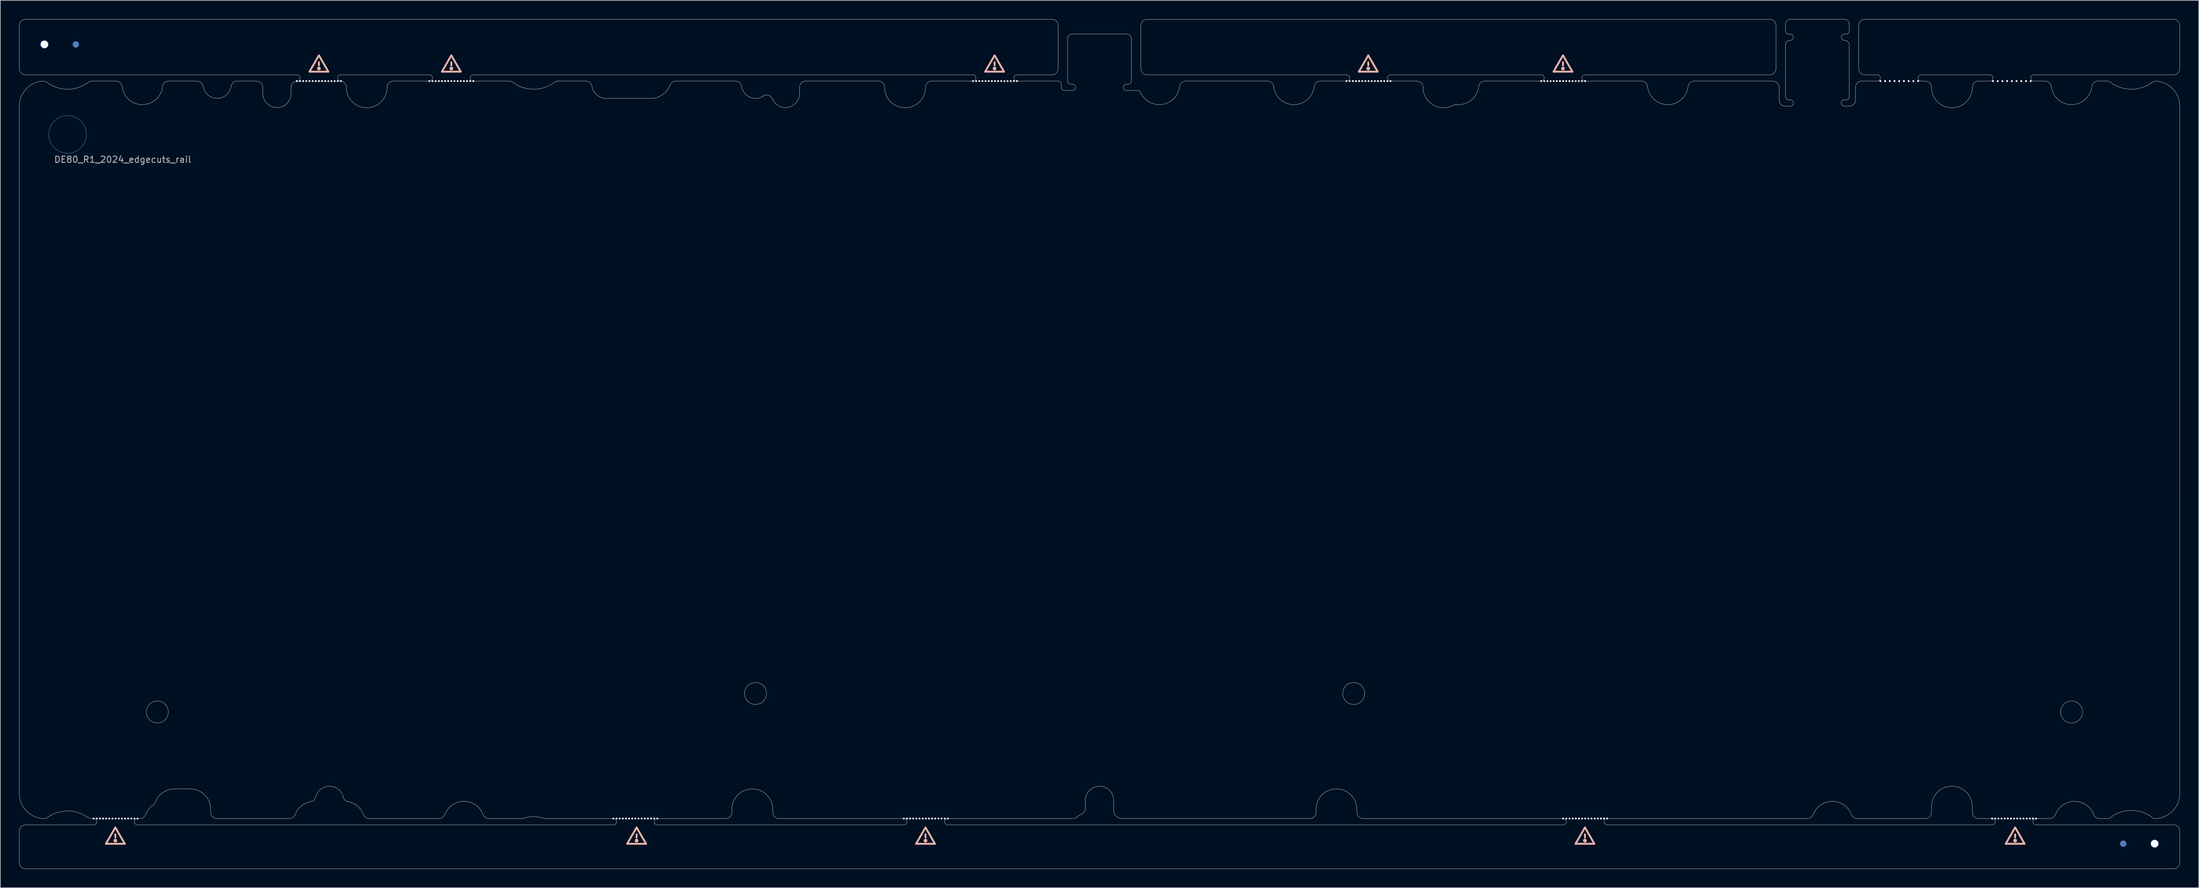
<source format=kicad_pcb>
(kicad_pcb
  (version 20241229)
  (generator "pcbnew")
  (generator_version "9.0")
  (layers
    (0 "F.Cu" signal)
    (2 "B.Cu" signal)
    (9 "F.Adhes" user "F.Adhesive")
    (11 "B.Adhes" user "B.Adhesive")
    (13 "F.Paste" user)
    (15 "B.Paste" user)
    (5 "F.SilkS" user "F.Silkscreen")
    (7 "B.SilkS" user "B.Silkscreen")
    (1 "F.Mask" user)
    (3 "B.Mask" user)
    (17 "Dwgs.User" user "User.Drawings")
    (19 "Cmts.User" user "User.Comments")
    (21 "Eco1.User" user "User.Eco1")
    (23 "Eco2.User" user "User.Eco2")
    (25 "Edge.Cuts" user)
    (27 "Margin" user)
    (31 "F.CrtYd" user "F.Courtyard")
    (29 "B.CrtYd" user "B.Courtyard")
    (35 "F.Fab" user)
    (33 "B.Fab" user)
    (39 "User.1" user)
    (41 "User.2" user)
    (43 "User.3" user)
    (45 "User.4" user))
  (footprint "DE80_R1_2024_edgecuts_rail"
    (layer "F.Cu")
    (at 7.712 18.365)
    (property "Reference" "DE80_R1_2024_edgecuts_rail" (at 8.787 3.997 0) (unlocked yes) (layer "F.Fab") (effects (font (size 1 1) (thickness 0.15))))
    (fp_line (start 7.603 110.405) (end 6.103 113.003) (stroke (width 0.3) (type default)) (layer "B.SilkS"))
    (fp_line (start 7.603 110.405) (end 9.103 113.003) (stroke (width 0.3) (type default)) (layer "B.SilkS"))
    (fp_line (start 7.603 111.503) (end 7.603 112.003) (stroke (width 0.3) (type default)) (layer "B.SilkS"))
    (fp_line (start 9.103 113.003) (end 6.103 113.003) (stroke (width 0.3) (type default)) (layer "B.SilkS"))
    (fp_line (start 40.017 -12.596) (end 38.517 -9.998) (stroke (width 0.3) (type default)) (layer "B.SilkS"))
    (fp_line (start 40.017 -12.596) (end 41.517 -9.998) (stroke (width 0.3) (type default)) (layer "B.SilkS"))
    (fp_line (start 40.017 -11.498) (end 40.017 -10.998) (stroke (width 0.3) (type default)) (layer "B.SilkS"))
    (fp_line (start 41.517 -9.998) (end 38.517 -9.998) (stroke (width 0.3) (type default)) (layer "B.SilkS"))
    (fp_line (start 61.103 -12.595) (end 59.603 -9.997) (stroke (width 0.3) (type default)) (layer "B.SilkS"))
    (fp_line (start 61.103 -12.595) (end 62.603 -9.997) (stroke (width 0.3) (type default)) (layer "B.SilkS"))
    (fp_line (start 61.103 -11.497) (end 61.103 -10.997) (stroke (width 0.3) (type default)) (layer "B.SilkS"))
    (fp_line (start 62.603 -9.997) (end 59.603 -9.997) (stroke (width 0.3) (type default)) (layer "B.SilkS"))
    (fp_line (start 90.603 110.405) (end 89.103 113.003) (stroke (width 0.3) (type default)) (layer "B.SilkS"))
    (fp_line (start 90.603 110.405) (end 92.103 113.003) (stroke (width 0.3) (type default)) (layer "B.SilkS"))
    (fp_line (start 90.603 111.503) (end 90.603 112.003) (stroke (width 0.3) (type default)) (layer "B.SilkS"))
    (fp_line (start 92.103 113.003) (end 89.103 113.003) (stroke (width 0.3) (type default)) (layer "B.SilkS"))
    (fp_line (start 136.603 110.405) (end 135.103 113.003) (stroke (width 0.3) (type default)) (layer "B.SilkS"))
    (fp_line (start 136.603 110.405) (end 138.103 113.003) (stroke (width 0.3) (type default)) (layer "B.SilkS"))
    (fp_line (start 136.603 111.503) (end 136.603 112.003) (stroke (width 0.3) (type default)) (layer "B.SilkS"))
    (fp_line (start 138.103 113.003) (end 135.103 113.003) (stroke (width 0.3) (type default)) (layer "B.SilkS"))
    (fp_line (start 147.603 -12.595) (end 146.103 -9.997) (stroke (width 0.3) (type default)) (layer "B.SilkS"))
    (fp_line (start 147.603 -12.595) (end 149.103 -9.997) (stroke (width 0.3) (type default)) (layer "B.SilkS"))
    (fp_line (start 147.603 -11.497) (end 147.603 -10.997) (stroke (width 0.3) (type default)) (layer "B.SilkS"))
    (fp_line (start 149.103 -9.997) (end 146.103 -9.997) (stroke (width 0.3) (type default)) (layer "B.SilkS"))
    (fp_line (start 207.103 -12.595) (end 205.603 -9.997) (stroke (width 0.3) (type default)) (layer "B.SilkS"))
    (fp_line (start 207.103 -12.595) (end 208.603 -9.997) (stroke (width 0.3) (type default)) (layer "B.SilkS"))
    (fp_line (start 207.103 -11.497) (end 207.103 -10.997) (stroke (width 0.3) (type default)) (layer "B.SilkS"))
    (fp_line (start 208.603 -9.997) (end 205.603 -9.997) (stroke (width 0.3) (type default)) (layer "B.SilkS"))
    (fp_line (start 238.103 -12.595) (end 236.603 -9.997) (stroke (width 0.3) (type default)) (layer "B.SilkS"))
    (fp_line (start 238.103 -12.595) (end 239.603 -9.997) (stroke (width 0.3) (type default)) (layer "B.SilkS"))
    (fp_line (start 238.103 -11.497) (end 238.103 -10.997) (stroke (width 0.3) (type default)) (layer "B.SilkS"))
    (fp_line (start 239.603 -9.997) (end 236.603 -9.997) (stroke (width 0.3) (type default)) (layer "B.SilkS"))
    (fp_line (start 241.603 110.405) (end 240.103 113.003) (stroke (width 0.3) (type default)) (layer "B.SilkS"))
    (fp_line (start 241.603 110.405) (end 243.103 113.003) (stroke (width 0.3) (type default)) (layer "B.SilkS"))
    (fp_line (start 241.603 111.503) (end 241.603 112.003) (stroke (width 0.3) (type default)) (layer "B.SilkS"))
    (fp_line (start 243.103 113.003) (end 240.103 113.003) (stroke (width 0.3) (type default)) (layer "B.SilkS"))
    (fp_line (start 310.103 110.405) (end 308.603 113.003) (stroke (width 0.3) (type default)) (layer "B.SilkS"))
    (fp_line (start 310.103 110.405) (end 311.603 113.003) (stroke (width 0.3) (type default)) (layer "B.SilkS"))
    (fp_line (start 310.103 111.503) (end 310.103 112.003) (stroke (width 0.3) (type default)) (layer "B.SilkS"))
    (fp_line (start 311.603 113.003) (end 308.603 113.003) (stroke (width 0.3) (type default)) (layer "B.SilkS"))
    (fp_circle (center 7.603 112.503) (end 7.603 112.503) (stroke (width 0.3) (type default)) (fill no) (layer "B.SilkS"))
    (fp_circle (center 40.017 -10.498) (end 40.017 -10.498) (stroke (width 0.3) (type default)) (fill no) (layer "B.SilkS"))
    (fp_circle (center 61.103 -10.497) (end 61.103 -10.497) (stroke (width 0.3) (type default)) (fill no) (layer "B.SilkS"))
    (fp_circle (center 90.603 112.503) (end 90.603 112.503) (stroke (width 0.3) (type default)) (fill no) (layer "B.SilkS"))
    (fp_circle (center 136.603 112.503) (end 136.603 112.503) (stroke (width 0.3) (type default)) (fill no) (layer "B.SilkS"))
    (fp_circle (center 147.603 -10.497) (end 147.603 -10.497) (stroke (width 0.3) (type default)) (fill no) (layer "B.SilkS"))
    (fp_circle (center 207.103 -10.497) (end 207.103 -10.497) (stroke (width 0.3) (type default)) (fill no) (layer "B.SilkS"))
    (fp_circle (center 238.103 -10.497) (end 238.103 -10.497) (stroke (width 0.3) (type default)) (fill no) (layer "B.SilkS"))
    (fp_circle (center 241.603 112.503) (end 241.603 112.503) (stroke (width 0.3) (type default)) (fill no) (layer "B.SilkS"))
    (fp_circle (center 310.103 112.503) (end 310.103 112.503) (stroke (width 0.3) (type default)) (fill no) (layer "B.SilkS"))
    (fp_circle (center 0 0) (end 3 0) (stroke (width 0.05) (type solid)) (fill no) (layer "Cmts.User"))
    (fp_line (start -7.687 -10.497) (end -7.687 -17.34) (stroke (width 0.05) (type solid)) (layer "Edge.Cuts"))
    (fp_line (start -7.687 -4.408) (end -7.687 104.987) (stroke (width 0.05) (type solid)) (layer "Edge.Cuts"))
    (fp_line (start -7.687 110.987) (end -7.687 115.987) (stroke (width 0.05) (type solid)) (layer "Edge.Cuts"))
    (fp_line (start -6.687 -9.497) (end 36.517 -9.498) (stroke (width 0.05) (type solid)) (layer "Edge.Cuts"))
    (fp_line (start -6.687 116.987) (end 335.313 116.987) (stroke (width 0.05) (type solid)) (layer "Edge.Cuts"))
    (fp_line (start 3.774 108.987) (end 4.138 108.987) (stroke (width 0.05) (type solid)) (layer "Edge.Cuts"))
    (fp_line (start 4.138 109.987) (end -6.687 109.987) (stroke (width 0.05) (type solid)) (layer "Edge.Cuts"))
    (fp_line (start 7.709 -8.497) (end 3.896 -8.497) (stroke (width 0.05) (type solid)) (layer "Edge.Cuts"))
    (fp_line (start 11.136 108.987) (end 11.502 108.987) (stroke (width 0.05) (type solid)) (layer "Edge.Cuts"))
    (fp_line (start 19.525 104.263) (end 17.025 104.263) (stroke (width 0.05) (type solid)) (layer "Edge.Cuts"))
    (fp_line (start 20.628 -8.497) (end 16.1 -8.497) (stroke (width 0.05) (type solid)) (layer "Edge.Cuts"))
    (fp_line (start 22.775 107.513) (end 22.775 107.987) (stroke (width 0.05) (type solid)) (layer "Edge.Cuts"))
    (fp_line (start 23.775 108.987) (end 35.314 108.987) (stroke (width 0.05) (type solid)) (layer "Edge.Cuts"))
    (fp_line (start 30.087 -8.497) (end 26.998 -8.497) (stroke (width 0.05) (type solid)) (layer "Edge.Cuts"))
    (fp_line (start 31.087 -6.53) (end 31.087 -7.497) (stroke (width 0.05) (type solid)) (layer "Edge.Cuts"))
    (fp_line (start 35.587 -6.53) (end 35.587 -7.5) (stroke (width 0.05) (type solid)) (layer "Edge.Cuts"))
    (fp_line (start 43.481 -9.497) (end 57.603 -9.497) (stroke (width 0.05) (type solid)) (layer "Edge.Cuts"))
    (fp_line (start 48.037 108.987) (end 59.127 108.987) (stroke (width 0.05) (type solid)) (layer "Edge.Cuts"))
    (fp_line (start 57.603 -8.497) (end 51.875 -8.497) (stroke (width 0.05) (type solid)) (layer "Edge.Cuts"))
    (fp_line (start 64.567 -8.498) (end 70.311 -8.497) (stroke (width 0.05) (type solid)) (layer "Edge.Cuts"))
    (fp_line (start 64.603 -9.497) (end 144.131 -9.497) (stroke (width 0.05) (type solid)) (layer "Edge.Cuts"))
    (fp_line (start 67.079 108.986) (end 72.377 108.986) (stroke (width 0.05) (type solid)) (layer "Edge.Cuts"))
    (fp_line (start 76.039 108.987) (end 86.905 108.987) (stroke (width 0.05) (type solid)) (layer "Edge.Cuts"))
    (fp_line (start 82.539 -8.497) (end 78.102 -8.497) (stroke (width 0.05) (type solid)) (layer "Edge.Cuts"))
    (fp_line (start 86.905 109.987) (end 11.138 109.987) (stroke (width 0.05) (type solid)) (layer "Edge.Cuts"))
    (fp_line (start 92.877 -5.747) (end 85.725 -5.747) (stroke (width 0.05) (type solid)) (layer "Edge.Cuts"))
    (fp_line (start 93.905 108.987) (end 104.775 108.987) (stroke (width 0.05) (type solid)) (layer "Edge.Cuts"))
    (fp_line (start 105.775 107.513) (end 105.775 107.987) (stroke (width 0.05) (type solid)) (layer "Edge.Cuts"))
    (fp_line (start 106.357 -8.497) (end 96.828 -8.497) (stroke (width 0.05) (type solid)) (layer "Edge.Cuts"))
    (fp_line (start 112.275 107.513) (end 112.275 107.987) (stroke (width 0.05) (type solid)) (layer "Edge.Cuts"))
    (fp_line (start 116.55 -6.53) (end 116.55 -7.497) (stroke (width 0.05) (type solid)) (layer "Edge.Cuts"))
    (fp_line (start 129.1 -8.497) (end 117.55 -8.497) (stroke (width 0.05) (type solid)) (layer "Edge.Cuts"))
    (fp_line (start 133.151 108.987) (end 113.275 108.987) (stroke (width 0.05) (type solid)) (layer "Edge.Cuts"))
    (fp_line (start 133.151 109.987) (end 93.905 109.987) (stroke (width 0.05) (type solid)) (layer "Edge.Cuts"))
    (fp_line (start 137.6 -8.497) (end 144.167 -8.498) (stroke (width 0.05) (type solid)) (layer "Edge.Cuts"))
    (fp_line (start 151.167 -9.498) (end 156.726 -9.497) (stroke (width 0.05) (type solid)) (layer "Edge.Cuts"))
    (fp_line (start 151.167 -8.498) (end 157.726 -8.497) (stroke (width 0.05) (type solid)) (layer "Edge.Cuts"))
    (fp_line (start 156.726 -18.34) (end -6.687 -18.34) (stroke (width 0.05) (type solid)) (layer "Edge.Cuts"))
    (fp_line (start 157.726 -17.34) (end 157.726 -10.497) (stroke (width 0.05) (type solid)) (layer "Edge.Cuts"))
    (fp_line (start 158.226 -7.997) (end 158.226 -7.5) (stroke (width 0.05) (type solid)) (layer "Edge.Cuts"))
    (fp_line (start 159.226 -15.234) (end 159.226 -8.5) (stroke (width 0.05) (type solid)) (layer "Edge.Cuts"))
    (fp_line (start 159.726 -8) (end 160.007 -8) (stroke (width 0.05) (type solid)) (layer "Edge.Cuts"))
    (fp_line (start 160.007 -7) (end 158.726 -7) (stroke (width 0.05) (type solid)) (layer "Edge.Cuts"))
    (fp_line (start 160.023 108.987) (end 140.151 108.987) (stroke (width 0.05) (type solid)) (layer "Edge.Cuts"))
    (fp_line (start 162.057 106.085) (end 162.057 107.354) (stroke (width 0.05) (type solid)) (layer "Edge.Cuts"))
    (fp_line (start 166.557 106.085) (end 166.557 107.804) (stroke (width 0.05) (type solid)) (layer "Edge.Cuts"))
    (fp_line (start 167.81 108.983) (end 197.788 108.982) (stroke (width 0.05) (type solid)) (layer "Edge.Cuts"))
    (fp_line (start 168.607 -8) (end 168.886 -8) (stroke (width 0.05) (type solid)) (layer "Edge.Cuts"))
    (fp_line (start 168.626 -15.994) (end 159.986 -15.994) (stroke (width 0.05) (type solid)) (layer "Edge.Cuts"))
    (fp_line (start 169.386 -15.234) (end 169.386 -8.5) (stroke (width 0.05) (type solid)) (layer "Edge.Cuts"))
    (fp_line (start 170.395 -7) (end 168.606 -7) (stroke (width 0.05) (type solid)) (layer "Edge.Cuts"))
    (fp_line (start 170.886 -10.497) (end 170.886 -17.329) (stroke (width 0.05) (type solid)) (layer "Edge.Cuts"))
    (fp_line (start 191.069 -8.497) (end 178.054 -8.497) (stroke (width 0.05) (type solid)) (layer "Edge.Cuts"))
    (fp_line (start 198.787 107.982) (end 198.787 107.513) (stroke (width 0.05) (type solid)) (layer "Edge.Cuts"))
    (fp_line (start 203.642 -9.497) (end 171.886 -9.497) (stroke (width 0.05) (type solid)) (layer "Edge.Cuts"))
    (fp_line (start 203.642 -8.497) (end 199.458 -8.497) (stroke (width 0.05) (type solid)) (layer "Edge.Cuts"))
    (fp_line (start 205.287 107.987) (end 205.287 107.513) (stroke (width 0.05) (type solid)) (layer "Edge.Cuts"))
    (fp_line (start 214.825 -8.497) (end 210.642 -8.497) (stroke (width 0.05) (type solid)) (layer "Edge.Cuts"))
    (fp_line (start 221.459 -4.747) (end 221.069 -4.747) (stroke (width 0.05) (type solid)) (layer "Edge.Cuts"))
    (fp_line (start 234.627 -9.497) (end 210.642 -9.497) (stroke (width 0.05) (type solid)) (layer "Edge.Cuts"))
    (fp_line (start 234.627 -8.497) (end 225.653 -8.497) (stroke (width 0.05) (type solid)) (layer "Edge.Cuts"))
    (fp_line (start 238.149 108.987) (end 206.287 108.987) (stroke (width 0.05) (type solid)) (layer "Edge.Cuts"))
    (fp_line (start 238.149 109.987) (end 140.151 109.987) (stroke (width 0.05) (type solid)) (layer "Edge.Cuts"))
    (fp_line (start 245.149 108.987) (end 277.011 108.987) (stroke (width 0.05) (type solid)) (layer "Edge.Cuts"))
    (fp_line (start 250.601 -8.497) (end 241.627 -8.497) (stroke (width 0.05) (type solid)) (layer "Edge.Cuts"))
    (fp_line (start 271.027 -18.329) (end 171.886 -18.329) (stroke (width 0.05) (type solid)) (layer "Edge.Cuts"))
    (fp_line (start 271.027 -9.497) (end 241.627 -9.497) (stroke (width 0.05) (type solid)) (layer "Edge.Cuts"))
    (fp_line (start 271.527 -8.497) (end 258.99 -8.497) (stroke (width 0.05) (type solid)) (layer "Edge.Cuts"))
    (fp_line (start 272.027 -10.497) (end 272.027 -17.329) (stroke (width 0.05) (type solid)) (layer "Edge.Cuts"))
    (fp_line (start 272.526 -5.5) (end 272.527 -7.497) (stroke (width 0.05) (type solid)) (layer "Edge.Cuts"))
    (fp_line (start 273.526 -17.58) (end 273.527 -16.486) (stroke (width 0.05) (type default)) (layer "Edge.Cuts"))
    (fp_line (start 273.526 -14.226) (end 273.527 -6) (stroke (width 0.05) (type solid)) (layer "Edge.Cuts"))
    (fp_line (start 274.026 -15.986) (end 274.286 -15.986) (stroke (width 0.05) (type default)) (layer "Edge.Cuts"))
    (fp_line (start 274.026 -5.5) (end 274.307 -5.5) (stroke (width 0.05) (type solid)) (layer "Edge.Cuts"))
    (fp_line (start 274.307 -4.5) (end 273.526 -4.5) (stroke (width 0.05) (type solid)) (layer "Edge.Cuts"))
    (fp_line (start 282.907 -5.5) (end 283.186 -5.5) (stroke (width 0.05) (type default)) (layer "Edge.Cuts"))
    (fp_line (start 282.926 -18.34) (end 274.286 -18.34) (stroke (width 0.05) (type solid)) (layer "Edge.Cuts"))
    (fp_line (start 282.926 -15.986) (end 283.186 -15.986) (stroke (width 0.05) (type default)) (layer "Edge.Cuts"))
    (fp_line (start 283.686 -6) (end 283.687 -14.226) (stroke (width 0.05) (type solid)) (layer "Edge.Cuts"))
    (fp_line (start 283.686 -4.5) (end 282.907 -4.5) (stroke (width 0.05) (type solid)) (layer "Edge.Cuts"))
    (fp_line (start 283.687 -17.58) (end 283.686 -16.486) (stroke (width 0.05) (type solid)) (layer "Edge.Cuts"))
    (fp_line (start 284.686 -7.497) (end 284.686 -5.5) (stroke (width 0.05) (type solid)) (layer "Edge.Cuts"))
    (fp_line (start 284.964 108.987) (end 295.787 108.987) (stroke (width 0.05) (type solid)) (layer "Edge.Cuts"))
    (fp_line (start 285.187 -10.497) (end 285.187 -17.34) (stroke (width 0.05) (type solid)) (layer "Edge.Cuts"))
    (fp_line (start 286.187 -18.34) (end 335.314 -18.34) (stroke (width 0.05) (type solid)) (layer "Edge.Cuts"))
    (fp_line (start 286.187 -9.497) (end 288.144 -9.497) (stroke (width 0.05) (type solid)) (layer "Edge.Cuts"))
    (fp_line (start 288.144 -8.497) (end 285.686 -8.497) (stroke (width 0.05) (type solid)) (layer "Edge.Cuts"))
    (fp_line (start 295.143 -8.497) (end 295.788 -8.497) (stroke (width 0.05) (type solid)) (layer "Edge.Cuts"))
    (fp_line (start 295.144 -9.497) (end 306.079 -9.497) (stroke (width 0.05) (type solid)) (layer "Edge.Cuts"))
    (fp_line (start 296.788 107.987) (end 296.788 107.085) (stroke (width 0.05) (type solid)) (layer "Edge.Cuts"))
    (fp_line (start 303.288 107.085) (end 303.288 107.987) (stroke (width 0.05) (type solid)) (layer "Edge.Cuts"))
    (fp_line (start 306.079 -8.497) (end 304.287 -8.497) (stroke (width 0.05) (type solid)) (layer "Edge.Cuts"))
    (fp_line (start 306.437 108.987) (end 304.288 108.987) (stroke (width 0.05) (type solid)) (layer "Edge.Cuts"))
    (fp_line (start 306.437 109.987) (end 245.149 109.987) (stroke (width 0.05) (type solid)) (layer "Edge.Cuts"))
    (fp_line (start 313.076 -9.497) (end 335.314 -9.497) (stroke (width 0.05) (type solid)) (layer "Edge.Cuts"))
    (fp_line (start 314.867 -8.497) (end 313.076 -8.497) (stroke (width 0.05) (type solid)) (layer "Edge.Cuts"))
    (fp_line (start 315.586 108.987) (end 313.437 108.987) (stroke (width 0.05) (type solid)) (layer "Edge.Cuts"))
    (fp_line (start 323.539 108.987) (end 325.065 108.987) (stroke (width 0.05) (type solid)) (layer "Edge.Cuts"))
    (fp_line (start 324.716 -8.497) (end 323.291 -8.497) (stroke (width 0.05) (type solid)) (layer "Edge.Cuts"))
    (fp_line (start 332.16 108.987) (end 332.313 108.987) (stroke (width 0.05) (type solid)) (layer "Edge.Cuts"))
    (fp_line (start 335.313 109.987) (end 313.437 109.987) (stroke (width 0.05) (type solid)) (layer "Edge.Cuts"))
    (fp_line (start 336.313 104.987) (end 336.314 -4.497) (stroke (width 0.05) (type solid)) (layer "Edge.Cuts"))
    (fp_line (start 336.313 110.987) (end 336.313 115.987) (stroke (width 0.05) (type solid)) (layer "Edge.Cuts"))
    (fp_line (start 336.314 -10.497) (end 336.314 -17.34) (stroke (width 0.05) (type solid)) (layer "Edge.Cuts"))
    (fp_arc (start -7.687475 -17.34014) (mid -7.394579 -18.047217) (end -6.687475 -18.34014) (stroke (width 0.05) (type solid)) (layer "Edge.Cuts"))
    (fp_arc (start -7.686515 -4.407988) (mid -6.638396 -7.196535) (end -3.953866 -8.488001) (stroke (width 0.05) (type solid)) (layer "Edge.Cuts"))
    (fp_arc (start -7.686515 110.987025) (mid -7.393609 110.279957) (end -6.686515 109.987025) (stroke (width 0.05) (type solid)) (layer "Edge.Cuts"))
    (fp_arc (start -6.687475 -9.496648) (mid -7.394582 -9.789541) (end -7.687475 -10.496648) (stroke (width 0.05) (type solid)) (layer "Edge.Cuts"))
    (fp_arc (start -6.686515 116.987025) (mid -7.393622 116.694122) (end -7.686515 115.987025) (stroke (width 0.05) (type solid)) (layer "Edge.Cuts"))
    (fp_arc (start -3.953866 -8.488001) (mid -3.60386 -8.449335) (end -3.288962 -8.291743) (stroke (width 0.05) (type solid)) (layer "Edge.Cuts"))
    (fp_arc (start -3.801055 108.985379) (mid -6.555236 107.774726) (end -7.686515 104.987012) (stroke (width 0.05) (type solid)) (layer "Edge.Cuts"))
    (fp_arc (start -3.192103 108.800132) (mid -3.481445 108.942505) (end -3.801055 108.985379) (stroke (width 0.05) (type solid)) (layer "Edge.Cuts"))
    (fp_arc (start -3.192103 108.800132) (mid 0.000903 107.778997) (end 3.193566 108.801175) (stroke (width 0.05) (type solid)) (layer "Edge.Cuts"))
    (fp_arc (start 3.296215 -8.297164) (mid 0.004532 -7.200027) (end -3.288962 -8.291743) (stroke (width 0.05) (type solid)) (layer "Edge.Cuts"))
    (fp_arc (start 3.296215 -8.297164) (mid 3.579707 -8.445467) (end 3.895527 -8.496648) (stroke (width 0.05) (type solid)) (layer "Edge.Cuts"))
    (fp_arc (start 3.774214 108.98702) (mid 3.469381 108.939426) (end 3.193566 108.801175) (stroke (width 0.05) (type solid)) (layer "Edge.Cuts"))
    (fp_arc (start 4.137907 108.987025) (mid 4.637952 109.487052) (end 4.137907 109.987025) (stroke (width 0.05) (type solid)) (layer "Edge.Cuts"))
    (fp_arc (start 7.709054 -8.496648) (mid 8.358965 -8.236809) (end 8.679313 -7.614503) (stroke (width 0.05) (type solid)) (layer "Edge.Cuts"))
    (fp_arc (start 11.137907 109.987025) (mid 10.637953 109.486052) (end 11.139907 108.987029) (stroke (width 0.05) (type solid)) (layer "Edge.Cuts"))
    (fp_arc (start 12.437372 108.339641) (mid 12.070527 108.809365) (end 11.501601 108.987029) (stroke (width 0.05) (type solid)) (layer "Edge.Cuts"))
    (fp_arc (start 12.437372 108.339641) (mid 12.915567 107.487345) (end 13.625561 106.815791) (stroke (width 0.05) (type solid)) (layer "Edge.Cuts"))
    (fp_arc (start 13.98946 106.351466) (mid 13.842527 106.61107) (end 13.625561 106.815791) (stroke (width 0.05) (type solid)) (layer "Edge.Cuts"))
    (fp_arc (start 13.98946 106.351466) (mid 15.182571 104.835214) (end 17.025 104.2625) (stroke (width 0.05) (type solid)) (layer "Edge.Cuts"))
    (fp_arc (start 15.134229 -7.6146) (mid 11.906779 -4.746611) (end 8.679313 -7.614503) (stroke (width 0.05) (type solid)) (layer "Edge.Cuts"))
    (fp_arc (start 15.134229 -7.6146) (mid 15.4527 -8.235289) (end 16.099503 -8.496648) (stroke (width 0.05) (type solid)) (layer "Edge.Cuts"))
    (fp_arc (start 19.525 104.2625) (mid 21.823133 105.214392) (end 22.775 107.512504) (stroke (width 0.05) (type solid)) (layer "Edge.Cuts"))
    (fp_arc (start 20.62838 -8.496648) (mid 21.262626 -8.247968) (end 21.590415 -7.650742) (stroke (width 0.05) (type solid)) (layer "Edge.Cuts"))
    (fp_arc (start 23.774999 108.987043) (mid 23.067912 108.69414) (end 22.775 107.987043) (stroke (width 0.05) (type solid)) (layer "Edge.Cuts"))
    (fp_arc (start 26.036918 -7.650756) (mid 23.813638 -5.74661) (end 21.590415 -7.650742) (stroke (width 0.05) (type solid)) (layer "Edge.Cuts"))
    (fp_arc (start 26.036918 -7.650756) (mid 26.364424 -8.247737) (end 26.998199 -8.496648) (stroke (width 0.05) (type solid)) (layer "Edge.Cuts"))
    (fp_arc (start 30.0875 -8.496648) (mid 30.794623 -8.203764) (end 31.0875 -7.496648) (stroke (width 0.05) (type solid)) (layer "Edge.Cuts"))
    (fp_arc (start 35.5875 -7.500416) (mid 35.855801 -8.181986) (end 36.516667 -8.497904) (stroke (width 0.05) (type solid)) (layer "Edge.Cuts"))
    (fp_arc (start 35.5875 -6.53) (mid 33.3375 -4.28) (end 31.0875 -6.53) (stroke (width 0.05) (type solid)) (layer "Edge.Cuts"))
    (fp_arc (start 36.249864 108.339662) (mid 35.883022 108.809412) (end 35.314091 108.987056) (stroke (width 0.05) (type solid)) (layer "Edge.Cuts"))
    (fp_arc (start 36.249864 108.339662) (mid 37.213886 106.986208) (end 38.720972 106.2863) (stroke (width 0.05) (type solid)) (layer "Edge.Cuts"))
    (fp_arc (start 36.516667 -9.497904) (mid 37.016667 -8.997904) (end 36.516667 -8.497904) (stroke (width 0.05) (type default)) (layer "Edge.Cuts"))
    (fp_arc (start 39.516231 105.542631) (mid 39.228696 106.032199) (end 38.720972 106.2863) (stroke (width 0.05) (type solid)) (layer "Edge.Cuts"))
    (fp_arc (start 39.516231 105.542631) (mid 41.703399 103.834525) (end 43.885385 105.549195) (stroke (width 0.05) (type solid)) (layer "Edge.Cuts"))
    (fp_arc (start 43.445834 -8.497904) (mid 42.981541 -9.014367) (end 43.48125 -9.496648) (stroke (width 0.05) (type solid)) (layer "Edge.Cuts"))
    (fp_arc (start 43.445834 -8.497904) (mid 44.106759 -8.181989) (end 44.375 -7.500318) (stroke (width 0.05) (type solid)) (layer "Edge.Cuts"))
    (fp_arc (start 44.669304 106.293558) (mid 44.168114 106.036419) (end 43.885385 105.549195) (stroke (width 0.05) (type solid)) (layer "Edge.Cuts"))
    (fp_arc (start 44.669304 106.293558) (mid 46.152482 106.998985) (end 47.101207 108.339636) (stroke (width 0.05) (type solid)) (layer "Edge.Cuts"))
    (fp_arc (start 48.037005 108.987012) (mid 47.468044 108.809397) (end 47.101207 108.339636) (stroke (width 0.05) (type solid)) (layer "Edge.Cuts"))
    (fp_arc (start 50.874999 -7.497437) (mid 47.623554 -4.249993) (end 44.375 -7.500318) (stroke (width 0.05) (type solid)) (layer "Edge.Cuts"))
    (fp_arc (start 50.874999 -7.497437) (mid 51.16814 -8.204072) (end 51.874998 -8.496648) (stroke (width 0.05) (type solid)) (layer "Edge.Cuts"))
    (fp_arc (start 57.602534 -9.496648) (mid 58.102525 -8.996648) (end 57.602534 -8.496648) (stroke (width 0.05) (type solid)) (layer "Edge.Cuts"))
    (fp_arc (start 60.062481 108.339351) (mid 59.695663 108.809054) (end 59.126778 108.98665) (stroke (width 0.05) (type solid)) (layer "Edge.Cuts"))
    (fp_arc (start 60.062481 108.339351) (mid 63.103017 106.235981) (end 66.14368 108.339153) (stroke (width 0.05) (type solid)) (layer "Edge.Cuts"))
    (fp_arc (start 64.567117 -8.497904) (mid 64.10284 -9.014368) (end 64.602534 -9.496648) (stroke (width 0.05) (type solid)) (layer "Edge.Cuts"))
    (fp_arc (start 67.079425 108.986391) (mid 66.51052 108.808824) (end 66.14368 108.339153) (stroke (width 0.05) (type solid)) (layer "Edge.Cuts"))
    (fp_arc (start 70.310733 -8.496648) (mid 70.626555 -8.445469) (end 70.910045 -8.297164) (stroke (width 0.05) (type solid)) (layer "Edge.Cuts"))
    (fp_arc (start 72.70365 108.931362) (mid 72.542626 108.972411) (end 72.377028 108.986218) (stroke (width 0.05) (type solid)) (layer "Edge.Cuts"))
    (fp_arc (start 72.70365 108.931362) (mid 74.20786 108.679048) (end 75.711897 108.93241) (stroke (width 0.05) (type solid)) (layer "Edge.Cuts"))
    (fp_arc (start 76.039242 108.987493) (mid 75.873268 108.973628) (end 75.711897 108.93241) (stroke (width 0.05) (type solid)) (layer "Edge.Cuts"))
    (fp_arc (start 77.502475 -8.297164) (mid 74.20626 -7.2) (end 70.910045 -8.297164) (stroke (width 0.05) (type solid)) (layer "Edge.Cuts"))
    (fp_arc (start 77.502475 -8.297164) (mid 77.785963 -8.445479) (end 78.101787 -8.496648) (stroke (width 0.05) (type solid)) (layer "Edge.Cuts"))
    (fp_arc (start 82.539455 -8.496648) (mid 83.173715 -8.247977) (end 83.50149 -7.650742) (stroke (width 0.05) (type solid)) (layer "Edge.Cuts"))
    (fp_arc (start 85.724735 -5.746688) (mid 84.261162 -6.287758) (end 83.50149 -7.650742) (stroke (width 0.05) (type solid)) (layer "Edge.Cuts"))
    (fp_arc (start 86.90513 108.987139) (mid 87.405016 109.487025) (end 86.90513 109.986911) (stroke (width 0.05) (type default)) (layer "Edge.Cuts"))
    (fp_arc (start 93.90513 109.987025) (mid 93.405152 109.487052) (end 93.90513 108.987025) (stroke (width 0.05) (type solid)) (layer "Edge.Cuts"))
    (fp_arc (start 95.91805 -7.849863) (mid 94.725947 -6.323906) (end 92.877485 -5.746924) (stroke (width 0.05) (type solid)) (layer "Edge.Cuts"))
    (fp_arc (start 95.91805 -7.849863) (mid 96.274227 -8.311944) (end 96.827646 -8.496648) (stroke (width 0.05) (type solid)) (layer "Edge.Cuts"))
    (fp_arc (start 105.775 107.512712) (mid 109.024919 104.262527) (end 112.275 107.5125) (stroke (width 0.05) (type solid)) (layer "Edge.Cuts"))
    (fp_arc (start 105.775015 107.986992) (mid 105.482142 108.694134) (end 104.775015 108.987025) (stroke (width 0.05) (type solid)) (layer "Edge.Cuts"))
    (fp_arc (start 106.357147 -8.496648) (mid 106.992281 -8.247215) (end 107.319535 -7.648452) (stroke (width 0.05) (type solid)) (layer "Edge.Cuts"))
    (fp_arc (start 110.761057 -6.105481) (mid 108.620193 -5.939939) (end 107.319535 -7.648452) (stroke (width 0.05) (type solid)) (layer "Edge.Cuts"))
    (fp_arc (start 110.761057 -6.105481) (mid 111.599048 -6.222645) (end 112.22693 -5.655425) (stroke (width 0.05) (type solid)) (layer "Edge.Cuts"))
    (fp_arc (start 113.275015 108.987025) (mid 112.567936 108.694138) (end 112.275015 107.987057) (stroke (width 0.05) (type solid)) (layer "Edge.Cuts"))
    (fp_arc (start 116.55 -7.496648) (mid 116.842862 -8.203793) (end 117.55 -8.496648) (stroke (width 0.05) (type solid)) (layer "Edge.Cuts"))
    (fp_arc (start 116.55 -6.53) (mid 114.746163 -4.324648) (end 112.22693 -5.655425) (stroke (width 0.05) (type solid)) (layer "Edge.Cuts"))
    (fp_arc (start 129.100001 -8.496648) (mid 129.806844 -8.204042) (end 130.100001 -7.497437) (stroke (width 0.05) (type solid)) (layer "Edge.Cuts"))
    (fp_arc (start 133.151401 108.987025) (mid 133.651452 109.487052) (end 133.151401 109.987025) (stroke (width 0.05) (type solid)) (layer "Edge.Cuts"))
    (fp_arc (start 136.599999 -7.497437) (mid 133.35 -4.25) (end 130.100001 -7.497437) (stroke (width 0.05) (type solid)) (layer "Edge.Cuts"))
    (fp_arc (start 136.599999 -7.497437) (mid 136.89314 -8.204072) (end 137.599998 -8.496648) (stroke (width 0.05) (type solid)) (layer "Edge.Cuts"))
    (fp_arc (start 140.151401 109.987025) (mid 139.651452 109.487052) (end 140.151401 108.987025) (stroke (width 0.05) (type solid)) (layer "Edge.Cuts"))
    (fp_arc (start 144.131367 -9.496648) (mid 144.631111 -9.014368) (end 144.166784 -8.497904) (stroke (width 0.05) (type solid)) (layer "Edge.Cuts"))
    (fp_arc (start 151.166784 -8.497904) (mid 150.666784 -8.997904) (end 151.166784 -9.497904) (stroke (width 0.05) (type default)) (layer "Edge.Cuts"))
    (fp_arc (start 156.726282 -18.34014) (mid 157.433341 -18.047202) (end 157.726282 -17.34014) (stroke (width 0.05) (type solid)) (layer "Edge.Cuts"))
    (fp_arc (start 157.726282 -10.496648) (mid 157.433403 -9.789528) (end 156.726282 -9.496648) (stroke (width 0.05) (type solid)) (layer "Edge.Cuts"))
    (fp_arc (start 157.726305 -8.496648) (mid 158.079871 -8.350208) (end 158.226305 -7.996648) (stroke (width 0.05) (type solid)) (layer "Edge.Cuts"))
    (fp_arc (start 158.726305 -7) (mid 158.372752 -7.146447) (end 158.226305 -7.5) (stroke (width 0.05) (type default)) (layer "Edge.Cuts"))
    (fp_arc (start 159.22625 -15.233925) (mid 159.449222 -15.770952) (end 159.98625 -15.993875) (stroke (width 0.05) (type solid)) (layer "Edge.Cuts"))
    (fp_arc (start 159.726314 -8) (mid 159.372753 -8.146446) (end 159.226314 -8.499995) (stroke (width 0.05) (type solid)) (layer "Edge.Cuts"))
    (fp_arc (start 160.006535 -8) (mid 160.506577 -7.500048) (end 160.006535 -7) (stroke (width 0.05) (type solid)) (layer "Edge.Cuts"))
    (fp_arc (start 160.622206 108.787486) (mid 160.338685 108.935832) (end 160.022822 108.987025) (stroke (width 0.05) (type solid)) (layer "Edge.Cuts"))
    (fp_arc (start 160.622206 108.787486) (mid 161.047285 108.499152) (end 161.497408 108.251728) (stroke (width 0.05) (type solid)) (layer "Edge.Cuts"))
    (fp_arc (start 162.057151 106.084534) (mid 164.307151 103.834534) (end 166.557151 106.084534) (stroke (width 0.05) (type solid)) (layer "Edge.Cuts"))
    (fp_arc (start 162.057151 107.353856) (mid 161.905756 107.882887) (end 161.497408 108.251728) (stroke (width 0.05) (type solid)) (layer "Edge.Cuts"))
    (fp_arc (start 166.997408 108.632361) (mid 166.674024 108.272879) (end 166.557151 107.803694) (stroke (width 0.05) (type solid)) (layer "Edge.Cuts"))
    (fp_arc (start 166.997408 108.632361) (mid 167.105109 108.706993) (end 167.211001 108.78417) (stroke (width 0.05) (type solid)) (layer "Edge.Cuts"))
    (fp_arc (start 167.809612 108.983106) (mid 167.494208 108.932073) (end 167.211001 108.78417) (stroke (width 0.05) (type solid)) (layer "Edge.Cuts"))
    (fp_arc (start 168.606525 -7) (mid 168.106477 -7.500048) (end 168.606525 -8) (stroke (width 0.05) (type solid)) (layer "Edge.Cuts"))
    (fp_arc (start 168.62625 -15.993925) (mid 169.163282 -15.770942) (end 169.3863 -15.233925) (stroke (width 0.05) (type solid)) (layer "Edge.Cuts"))
    (fp_arc (start 169.386259 -8.499957) (mid 169.239792 -8.14636) (end 168.886187 -7.99996) (stroke (width 0.05) (type solid)) (layer "Edge.Cuts"))
    (fp_arc (start 170.395204 -7) (mid 170.669269 -6.918201) (end 170.853655 -6.699556) (stroke (width 0.05) (type solid)) (layer "Edge.Cuts"))
    (fp_arc (start 170.88628 -17.328709) (mid 171.179205 -18.035786) (end 171.88628 -18.328709) (stroke (width 0.05) (type solid)) (layer "Edge.Cuts"))
    (fp_arc (start 171.88628 -9.496865) (mid 171.179171 -9.789761) (end 170.88628 -10.496865) (stroke (width 0.05) (type solid)) (layer "Edge.Cuts"))
    (fp_arc (start 177.061114 -7.614303) (mid 174.307449 -4.781315) (end 170.853655 -6.699556) (stroke (width 0.05) (type solid)) (layer "Edge.Cuts"))
    (fp_arc (start 177.061114 -7.614303) (mid 177.389935 -8.244238) (end 178.054169 -8.496648) (stroke (width 0.05) (type solid)) (layer "Edge.Cuts"))
    (fp_arc (start 191.069216 -8.496648) (mid 191.717334 -8.235543) (end 192.036289 -7.613859) (stroke (width 0.05) (type solid)) (layer "Edge.Cuts"))
    (fp_arc (start 198.491042 -7.613859) (mid 195.263666 -4.744003) (end 192.036289 -7.613859) (stroke (width 0.05) (type solid)) (layer "Edge.Cuts"))
    (fp_arc (start 198.491042 -7.613859) (mid 198.810008 -8.235536) (end 199.458115 -8.496648) (stroke (width 0.05) (type solid)) (layer "Edge.Cuts"))
    (fp_arc (start 198.7875 107.5125) (mid 202.0375 104.2625) (end 205.2875 107.5125) (stroke (width 0.05) (type solid)) (layer "Edge.Cuts"))
    (fp_arc (start 198.7875 107.982128) (mid 198.494625 108.68923) (end 197.787532 108.982128) (stroke (width 0.05) (type solid)) (layer "Edge.Cuts"))
    (fp_arc (start 203.641558 -9.496865) (mid 204.141642 -8.996748) (end 203.641558 -8.496648) (stroke (width 0.05) (type solid)) (layer "Edge.Cuts"))
    (fp_arc (start 206.2875 108.987022) (mid 205.580385 108.694124) (end 205.2875 107.987022) (stroke (width 0.05) (type solid)) (layer "Edge.Cuts"))
    (fp_arc (start 210.641558 -8.496648) (mid 210.141425 -8.996748) (end 210.641558 -9.496865) (stroke (width 0.05) (type solid)) (layer "Edge.Cuts"))
    (fp_arc (start 214.825001 -8.496648) (mid 215.531844 -8.204042) (end 215.825001 -7.497437) (stroke (width 0.05) (type solid)) (layer "Edge.Cuts"))
    (fp_arc (start 220.599591 -4.629787) (mid 217.401657 -4.713915) (end 215.825001 -7.497437) (stroke (width 0.05) (type solid)) (layer "Edge.Cuts"))
    (fp_arc (start 220.599591 -4.629787) (mid 220.826985 -4.716995) (end 221.068718 -4.746645) (stroke (width 0.05) (type solid)) (layer "Edge.Cuts"))
    (fp_arc (start 224.686445 -7.614563) (mid 223.617768 -5.567233) (end 221.458985 -4.746636) (stroke (width 0.05) (type solid)) (layer "Edge.Cuts"))
    (fp_arc (start 224.686445 -7.614563) (mid 225.005591 -8.235768) (end 225.653434 -8.496648) (stroke (width 0.05) (type solid)) (layer "Edge.Cuts"))
    (fp_arc (start 234.627115 -9.496865) (mid 235.127242 -8.996748) (end 234.627115 -8.496648) (stroke (width 0.05) (type solid)) (layer "Edge.Cuts"))
    (fp_arc (start 238.149175 108.987022) (mid 238.649255 109.487052) (end 238.149175 109.987025) (stroke (width 0.05) (type solid)) (layer "Edge.Cuts"))
    (fp_arc (start 241.627115 -8.496648) (mid 241.127025 -8.996748) (end 241.627115 -9.496865) (stroke (width 0.05) (type solid)) (layer "Edge.Cuts"))
    (fp_arc (start 245.149175 109.987025) (mid 244.649252 109.487052) (end 245.149175 108.987022) (stroke (width 0.05) (type solid)) (layer "Edge.Cuts"))
    (fp_arc (start 250.600797 -8.496648) (mid 251.248663 -8.23579) (end 251.567786 -7.614565) (stroke (width 0.05) (type solid)) (layer "Edge.Cuts"))
    (fp_arc (start 258.022685 -7.614565) (mid 254.795236 -4.746696) (end 251.567786 -7.614565) (stroke (width 0.05) (type solid)) (layer "Edge.Cuts"))
    (fp_arc (start 258.022685 -7.614565) (mid 258.341827 -8.23579) (end 258.989674 -8.496648) (stroke (width 0.05) (type solid)) (layer "Edge.Cuts"))
    (fp_arc (start 271.026505 -18.328709) (mid 271.733621 -18.03582) (end 272.026505 -17.328709) (stroke (width 0.05) (type solid)) (layer "Edge.Cuts"))
    (fp_arc (start 271.526485 -8.496988) (mid 272.233632 -8.204111) (end 272.526535 -7.496988) (stroke (width 0.05) (type solid)) (layer "Edge.Cuts"))
    (fp_arc (start 272.026505 -10.496865) (mid 271.73357 -9.789813) (end 271.026505 -9.496865) (stroke (width 0.05) (type solid)) (layer "Edge.Cuts"))
    (fp_arc (start 273.526473 -4.499978) (mid 272.819366 -4.792894) (end 272.526485 -5.500003) (stroke (width 0.05) (type solid)) (layer "Edge.Cuts"))
    (fp_arc (start 273.526485 -17.58019) (mid 273.749505 -18.117169) (end 274.286485 -18.34014) (stroke (width 0.05) (type solid)) (layer "Edge.Cuts"))
    (fp_arc (start 273.526485 -14.225988) (mid 273.749511 -14.762933) (end 274.286485 -14.985938) (stroke (width 0.05) (type solid)) (layer "Edge.Cuts"))
    (fp_arc (start 274.026485 -15.985938) (mid 273.672934 -16.132389) (end 273.526525 -16.485938) (stroke (width 0.05) (type solid)) (layer "Edge.Cuts"))
    (fp_arc (start 274.026485 -5.499978) (mid 273.672968 -5.646441) (end 273.526525 -5.999978) (stroke (width 0.05) (type solid)) (layer "Edge.Cuts"))
    (fp_arc (start 274.286485 -15.985938) (mid 274.786608 -15.48596) (end 274.286485 -14.985938) (stroke (width 0.05) (type solid)) (layer "Edge.Cuts"))
    (fp_arc (start 274.306755 -5.499978) (mid 274.806855 -4.999948) (end 274.306755 -4.499978) (stroke (width 0.05) (type solid)) (layer "Edge.Cuts"))
    (fp_arc (start 277.946544 108.339846) (mid 277.579701 108.809451) (end 277.010854 108.987022) (stroke (width 0.05) (type solid)) (layer "Edge.Cuts"))
    (fp_arc (start 277.946544 108.339846) (mid 280.987524 106.236552) (end 284.028524 108.339838) (stroke (width 0.05) (type solid)) (layer "Edge.Cuts"))
    (fp_arc (start 282.906745 -4.499978) (mid 282.406755 -4.999948) (end 282.906745 -5.499978) (stroke (width 0.05) (type solid)) (layer "Edge.Cuts"))
    (fp_arc (start 282.926485 -18.34019) (mid 283.463518 -18.117199) (end 283.686535 -17.58019) (stroke (width 0.05) (type solid)) (layer "Edge.Cuts"))
    (fp_arc (start 282.926485 -14.985988) (mid 282.426518 -15.48601) (end 282.926485 -15.985988) (stroke (width 0.05) (type solid)) (layer "Edge.Cuts"))
    (fp_arc (start 282.926485 -14.985988) (mid 283.463517 -14.762997) (end 283.686535 -14.225988) (stroke (width 0.05) (type solid)) (layer "Edge.Cuts"))
    (fp_arc (start 283.686485 -16.486016) (mid 283.540065 -16.132417) (end 283.186485 -15.985976) (stroke (width 0.05) (type solid)) (layer "Edge.Cuts"))
    (fp_arc (start 283.686485 -5.999978) (mid 283.540053 -5.646384) (end 283.186485 -5.499938) (stroke (width 0.05) (type solid)) (layer "Edge.Cuts"))
    (fp_arc (start 284.686485 -7.496986) (mid 284.979389 -8.204082) (end 285.686485 -8.496986) (stroke (width 0.05) (type solid)) (layer "Edge.Cuts"))
    (fp_arc (start 284.686485 -5.499978) (mid 284.393606 -4.792831) (end 283.686485 -4.499938) (stroke (width 0.05) (type solid)) (layer "Edge.Cuts"))
    (fp_arc (start 284.964211 108.987012) (mid 284.395359 108.809455) (end 284.028524 108.339838) (stroke (width 0.05) (type solid)) (layer "Edge.Cuts"))
    (fp_arc (start 285.186535 -17.340209) (mid 285.479427 -18.047336) (end 286.186535 -18.340209) (stroke (width 0.05) (type solid)) (layer "Edge.Cuts"))
    (fp_arc (start 286.186535 -9.496982) (mid 285.479404 -9.789865) (end 285.186535 -10.496982) (stroke (width 0.05) (type solid)) (layer "Edge.Cuts"))
    (fp_arc (start 288.144388 -9.496982) (mid 288.644459 -8.996948) (end 288.144388 -8.496986) (stroke (width 0.05) (type solid)) (layer "Edge.Cuts"))
    (fp_arc (start 295.145794 -8.496988) (mid 294.644464 -8.996245) (end 295.144388 -9.496982) (stroke (width 0.05) (type solid)) (layer "Edge.Cuts"))
    (fp_arc (start 295.787501 -8.496988) (mid 296.494351 -8.20435) (end 296.787501 -7.497697) (stroke (width 0.05) (type solid)) (layer "Edge.Cuts"))
    (fp_arc (start 296.7875 107.084534) (mid 300.0375 103.834534) (end 303.2875 107.084534) (stroke (width 0.05) (type solid)) (layer "Edge.Cuts"))
    (fp_arc (start 296.7875 107.987033) (mid 296.494611 108.694144) (end 295.787498 108.987033) (stroke (width 0.05) (type solid)) (layer "Edge.Cuts"))
    (fp_arc (start 303.287499 -7.497697) (mid 300.0375 -4.25) (end 296.787501 -7.497697) (stroke (width 0.05) (type solid)) (layer "Edge.Cuts"))
    (fp_arc (start 303.287499 -7.497697) (mid 303.580655 -8.204329) (end 304.287499 -8.496988) (stroke (width 0.05) (type solid)) (layer "Edge.Cuts"))
    (fp_arc (start 304.2875 108.987023) (mid 303.580384 108.694125) (end 303.2875 107.987023) (stroke (width 0.05) (type solid)) (layer "Edge.Cuts"))
    (fp_arc (start 306.078975 -9.496988) (mid 306.578975 -8.996988) (end 306.078975 -8.496988) (stroke (width 0.05) (type default)) (layer "Edge.Cuts"))
    (fp_arc (start 306.436674 108.987023) (mid 306.936754 109.487052) (end 306.436674 109.987025) (stroke (width 0.05) (type solid)) (layer "Edge.Cuts"))
    (fp_arc (start 313.078975 -8.496988) (mid 312.577262 -8.996948) (end 313.078975 -9.496982) (stroke (width 0.05) (type solid)) (layer "Edge.Cuts"))
    (fp_arc (start 313.436674 109.987025) (mid 312.936752 109.487052) (end 313.436674 108.987023) (stroke (width 0.05) (type solid)) (layer "Edge.Cuts"))
    (fp_arc (start 314.86701 -8.496988) (mid 315.531239 -8.24451) (end 315.860074 -7.614564) (stroke (width 0.05) (type solid)) (layer "Edge.Cuts"))
    (fp_arc (start 316.521544 108.339846) (mid 316.154701 108.809451) (end 315.585854 108.987023) (stroke (width 0.05) (type solid)) (layer "Edge.Cuts"))
    (fp_arc (start 316.521544 108.339846) (mid 319.562524 106.236552) (end 322.603524 108.339838) (stroke (width 0.05) (type solid)) (layer "Edge.Cuts"))
    (fp_arc (start 322.315016 -7.614726) (mid 319.087608 -4.746638) (end 315.860074 -7.614564) (stroke (width 0.05) (type solid)) (layer "Edge.Cuts"))
    (fp_arc (start 322.315016 -7.614726) (mid 322.637598 -8.239094) (end 323.291319 -8.497058) (stroke (width 0.05) (type solid)) (layer "Edge.Cuts"))
    (fp_arc (start 323.539207 108.987012) (mid 322.970358 108.809454) (end 322.603524 108.339838) (stroke (width 0.05) (type solid)) (layer "Edge.Cuts"))
    (fp_arc (start 324.716462 -8.49704) (mid 325.032311 -8.445814) (end 325.315842 -8.297495) (stroke (width 0.05) (type solid)) (layer "Edge.Cuts"))
    (fp_arc (start 325.064999 108.987021) (mid 328.612537 107.689991) (end 332.160049 108.987061) (stroke (width 0.05) (type solid)) (layer "Edge.Cuts"))
    (fp_arc (start 331.9025 -8.292518) (mid 328.608349 -7.200026) (end 325.315842 -8.297495) (stroke (width 0.05) (type solid)) (layer "Edge.Cuts"))
    (fp_arc (start 331.9025 -8.292518) (mid 332.215267 -8.449574) (end 332.563001 -8.489213) (stroke (width 0.05) (type solid)) (layer "Edge.Cuts"))
    (fp_arc (start 332.563001 -8.489213) (mid 335.228894 -7.235854) (end 336.313535 -4.496988) (stroke (width 0.05) (type solid)) (layer "Edge.Cuts"))
    (fp_arc (start 335.313485 109.987025) (mid 336.020592 110.279909) (end 336.313485 110.987025) (stroke (width 0.05) (type solid)) (layer "Edge.Cuts"))
    (fp_arc (start 335.313861 -18.340209) (mid 336.020966 -18.047307) (end 336.313861 -17.340209) (stroke (width 0.05) (type solid)) (layer "Edge.Cuts"))
    (fp_arc (start 336.313485 104.987012) (mid 335.142018 107.815574) (end 332.313485 108.987062) (stroke (width 0.05) (type solid)) (layer "Edge.Cuts"))
    (fp_arc (start 336.313485 115.987025) (mid 336.020605 116.69417) (end 335.313485 116.987025) (stroke (width 0.05) (type solid)) (layer "Edge.Cuts"))
    (fp_arc (start 336.313861 -10.496982) (mid 336.020976 -9.789876) (end 335.313861 -9.496982) (stroke (width 0.05) (type solid)) (layer "Edge.Cuts"))
    (fp_circle (center 14.288 92.008) (end 16.038 92.008) (stroke (width 0.05) (type solid)) (fill no) (layer "Edge.Cuts"))
    (fp_circle (center 109.538 89.058) (end 111.288 89.058) (stroke (width 0.05) (type solid)) (fill no) (layer "Edge.Cuts"))
    (fp_circle (center 204.788 89.058) (end 206.538 89.058) (stroke (width 0.05) (type solid)) (fill no) (layer "Edge.Cuts"))
    (fp_circle (center 319.088 92.008) (end 320.838 92.008) (stroke (width 0.05) (type solid)) (fill no) (layer "Edge.Cuts"))
    (fp_line (start 4.14 108.987) (end 11.14 108.987) (stroke (width 0.12) (type solid)) (layer "User.2"))
    (fp_line (start 43.517 -8.498) (end 36.517 -8.498) (stroke (width 0.12) (type solid)) (layer "User.2"))
    (fp_line (start 64.603 -8.497) (end 57.603 -8.497) (stroke (width 0.12) (type solid)) (layer "User.2"))
    (fp_line (start 86.905 108.987) (end 93.905 108.987) (stroke (width 0.12) (type solid)) (layer "User.2"))
    (fp_line (start 133.151 108.987) (end 140.151 108.987) (stroke (width 0.12) (type solid)) (layer "User.2"))
    (fp_line (start 151.167 -8.498) (end 144.167 -8.498) (stroke (width 0.12) (type solid)) (layer "User.2"))
    (fp_line (start 203.642 -8.497) (end 210.642 -8.497) (stroke (width 0.12) (type solid)) (layer "User.2"))
    (fp_line (start 234.627 -8.497) (end 241.627 -8.497) (stroke (width 0.12) (type solid)) (layer "User.2"))
    (fp_line (start 238.149 108.987) (end 245.149 108.987) (stroke (width 0.12) (type solid)) (layer "User.2"))
    (fp_line (start 288.143 -8.497) (end 295.143 -8.497) (stroke (width 0.12) (type solid)) (layer "User.2"))
    (fp_line (start 306.079 -8.497) (end 313.079 -8.497) (stroke (width 0.12) (type solid)) (layer "User.2"))
    (fp_line (start 306.437 108.987) (end 313.437 108.987) (stroke (width 0.12) (type solid)) (layer "User.2"))
    (pad "" np_thru_hole circle (at -3.688 -14.34) (size 1.3 1.3) (drill 1.152) (layers "*.Cu" "*.Mask"))
    (pad "" smd circle (at 1.312 -14.34 180) (size 1 1) (layers "F.Cu"))
    (pad "" smd circle (at 1.312 -14.34 180) (size 1 1) (layers "B.Cu"))
    (pad "" smd circle (at 1.312 -14.34 180) (size 2 2) (layers "F.Mask"))
    (pad "" smd circle (at 1.312 -14.34 180) (size 2 2) (layers "B.Mask"))
    (pad "" np_thru_hole circle (at 4.14 108.987) (size 0.3 0.3) (drill 0.3) (layers "*.Cu" "*.Mask"))
    (pad "" np_thru_hole circle (at 4.64 108.987) (size 0.3 0.3) (drill 0.3) (layers "*.Cu" "*.Mask"))
    (pad "" np_thru_hole circle (at 5.14 108.987) (size 0.3 0.3) (drill 0.3) (layers "*.Cu" "*.Mask"))
    (pad "" np_thru_hole circle (at 5.64 108.987) (size 0.3 0.3) (drill 0.3) (layers "*.Cu" "*.Mask"))
    (pad "" np_thru_hole circle (at 6.14 108.987) (size 0.3 0.3) (drill 0.3) (layers "*.Cu" "*.Mask"))
    (pad "" np_thru_hole circle (at 6.64 108.987) (size 0.3 0.3) (drill 0.3) (layers "*.Cu" "*.Mask"))
    (pad "" np_thru_hole circle (at 7.14 108.987) (size 0.3 0.3) (drill 0.3) (layers "*.Cu" "*.Mask"))
    (pad "" np_thru_hole circle (at 7.64 108.987) (size 0.3 0.3) (drill 0.3) (layers "*.Cu" "*.Mask"))
    (pad "" np_thru_hole circle (at 8.14 108.987) (size 0.3 0.3) (drill 0.3) (layers "*.Cu" "*.Mask"))
    (pad "" np_thru_hole circle (at 8.64 108.987) (size 0.3 0.3) (drill 0.3) (layers "*.Cu" "*.Mask"))
    (pad "" np_thru_hole circle (at 9.14 108.987) (size 0.3 0.3) (drill 0.3) (layers "*.Cu" "*.Mask"))
    (pad "" np_thru_hole circle (at 9.64 108.987) (size 0.3 0.3) (drill 0.3) (layers "*.Cu" "*.Mask"))
    (pad "" np_thru_hole circle (at 10.14 108.987) (size 0.3 0.3) (drill 0.3) (layers "*.Cu" "*.Mask"))
    (pad "" np_thru_hole circle (at 10.64 108.987) (size 0.3 0.3) (drill 0.3) (layers "*.Cu" "*.Mask"))
    (pad "" np_thru_hole circle (at 11.14 108.987) (size 0.3 0.3) (drill 0.3) (layers "*.Cu" "*.Mask"))
    (pad "" np_thru_hole circle (at 36.517 -8.498 180) (size 0.3 0.3) (drill 0.3) (layers "*.Cu" "*.Mask"))
    (pad "" np_thru_hole circle (at 37.017 -8.498 180) (size 0.3 0.3) (drill 0.3) (layers "*.Cu" "*.Mask"))
    (pad "" np_thru_hole circle (at 37.517 -8.498 180) (size 0.3 0.3) (drill 0.3) (layers "*.Cu" "*.Mask"))
    (pad "" np_thru_hole circle (at 38.017 -8.498 180) (size 0.3 0.3) (drill 0.3) (layers "*.Cu" "*.Mask"))
    (pad "" np_thru_hole circle (at 38.517 -8.498 180) (size 0.3 0.3) (drill 0.3) (layers "*.Cu" "*.Mask"))
    (pad "" np_thru_hole circle (at 39.017 -8.498 180) (size 0.3 0.3) (drill 0.3) (layers "*.Cu" "*.Mask"))
    (pad "" np_thru_hole circle (at 39.517 -8.498 180) (size 0.3 0.3) (drill 0.3) (layers "*.Cu" "*.Mask"))
    (pad "" np_thru_hole circle (at 40.017 -8.498 180) (size 0.3 0.3) (drill 0.3) (layers "*.Cu" "*.Mask"))
    (pad "" np_thru_hole circle (at 40.517 -8.498 180) (size 0.3 0.3) (drill 0.3) (layers "*.Cu" "*.Mask"))
    (pad "" np_thru_hole circle (at 41.017 -8.498 180) (size 0.3 0.3) (drill 0.3) (layers "*.Cu" "*.Mask"))
    (pad "" np_thru_hole circle (at 41.517 -8.498 180) (size 0.3 0.3) (drill 0.3) (layers "*.Cu" "*.Mask"))
    (pad "" np_thru_hole circle (at 42.017 -8.498 180) (size 0.3 0.3) (drill 0.3) (layers "*.Cu" "*.Mask"))
    (pad "" np_thru_hole circle (at 42.517 -8.498 180) (size 0.3 0.3) (drill 0.3) (layers "*.Cu" "*.Mask"))
    (pad "" np_thru_hole circle (at 43.017 -8.498 180) (size 0.3 0.3) (drill 0.3) (layers "*.Cu" "*.Mask"))
    (pad "" np_thru_hole circle (at 43.517 -8.498 180) (size 0.3 0.3) (drill 0.3) (layers "*.Cu" "*.Mask"))
    (pad "" np_thru_hole circle (at 57.603 -8.497 180) (size 0.3 0.3) (drill 0.3) (layers "*.Cu" "*.Mask"))
    (pad "" np_thru_hole circle (at 58.103 -8.497 180) (size 0.3 0.3) (drill 0.3) (layers "*.Cu" "*.Mask"))
    (pad "" np_thru_hole circle (at 58.603 -8.497 180) (size 0.3 0.3) (drill 0.3) (layers "*.Cu" "*.Mask"))
    (pad "" np_thru_hole circle (at 59.103 -8.497 180) (size 0.3 0.3) (drill 0.3) (layers "*.Cu" "*.Mask"))
    (pad "" np_thru_hole circle (at 59.603 -8.497 180) (size 0.3 0.3) (drill 0.3) (layers "*.Cu" "*.Mask"))
    (pad "" np_thru_hole circle (at 60.103 -8.497 180) (size 0.3 0.3) (drill 0.3) (layers "*.Cu" "*.Mask"))
    (pad "" np_thru_hole circle (at 60.603 -8.497 180) (size 0.3 0.3) (drill 0.3) (layers "*.Cu" "*.Mask"))
    (pad "" np_thru_hole circle (at 61.103 -8.497 180) (size 0.3 0.3) (drill 0.3) (layers "*.Cu" "*.Mask"))
    (pad "" np_thru_hole circle (at 61.603 -8.497 180) (size 0.3 0.3) (drill 0.3) (layers "*.Cu" "*.Mask"))
    (pad "" np_thru_hole circle (at 62.103 -8.497 180) (size 0.3 0.3) (drill 0.3) (layers "*.Cu" "*.Mask"))
    (pad "" np_thru_hole circle (at 62.603 -8.497 180) (size 0.3 0.3) (drill 0.3) (layers "*.Cu" "*.Mask"))
    (pad "" np_thru_hole circle (at 63.103 -8.497 180) (size 0.3 0.3) (drill 0.3) (layers "*.Cu" "*.Mask"))
    (pad "" np_thru_hole circle (at 63.603 -8.497 180) (size 0.3 0.3) (drill 0.3) (layers "*.Cu" "*.Mask"))
    (pad "" np_thru_hole circle (at 64.103 -8.497 180) (size 0.3 0.3) (drill 0.3) (layers "*.Cu" "*.Mask"))
    (pad "" np_thru_hole circle (at 64.603 -8.497 180) (size 0.3 0.3) (drill 0.3) (layers "*.Cu" "*.Mask"))
    (pad "" np_thru_hole circle (at 86.905 108.987) (size 0.3 0.3) (drill 0.3) (layers "*.Cu" "*.Mask"))
    (pad "" np_thru_hole circle (at 87.405 108.987) (size 0.3 0.3) (drill 0.3) (layers "*.Cu" "*.Mask"))
    (pad "" np_thru_hole circle (at 87.905 108.987) (size 0.3 0.3) (drill 0.3) (layers "*.Cu" "*.Mask"))
    (pad "" np_thru_hole circle (at 88.405 108.987) (size 0.3 0.3) (drill 0.3) (layers "*.Cu" "*.Mask"))
    (pad "" np_thru_hole circle (at 88.905 108.987) (size 0.3 0.3) (drill 0.3) (layers "*.Cu" "*.Mask"))
    (pad "" np_thru_hole circle (at 89.405 108.987) (size 0.3 0.3) (drill 0.3) (layers "*.Cu" "*.Mask"))
    (pad "" np_thru_hole circle (at 89.905 108.987) (size 0.3 0.3) (drill 0.3) (layers "*.Cu" "*.Mask"))
    (pad "" np_thru_hole circle (at 90.405 108.987) (size 0.3 0.3) (drill 0.3) (layers "*.Cu" "*.Mask"))
    (pad "" np_thru_hole circle (at 90.905 108.987) (size 0.3 0.3) (drill 0.3) (layers "*.Cu" "*.Mask"))
    (pad "" np_thru_hole circle (at 91.405 108.987) (size 0.3 0.3) (drill 0.3) (layers "*.Cu" "*.Mask"))
    (pad "" np_thru_hole circle (at 91.905 108.987) (size 0.3 0.3) (drill 0.3) (layers "*.Cu" "*.Mask"))
    (pad "" np_thru_hole circle (at 92.405 108.987) (size 0.3 0.3) (drill 0.3) (layers "*.Cu" "*.Mask"))
    (pad "" np_thru_hole circle (at 92.905 108.987) (size 0.3 0.3) (drill 0.3) (layers "*.Cu" "*.Mask"))
    (pad "" np_thru_hole circle (at 93.405 108.987) (size 0.3 0.3) (drill 0.3) (layers "*.Cu" "*.Mask"))
    (pad "" np_thru_hole circle (at 93.905 108.987) (size 0.3 0.3) (drill 0.3) (layers "*.Cu" "*.Mask"))
    (pad "" np_thru_hole circle (at 133.151 108.987) (size 0.3 0.3) (drill 0.3) (layers "*.Cu" "*.Mask"))
    (pad "" np_thru_hole circle (at 133.651 108.987) (size 0.3 0.3) (drill 0.3) (layers "*.Cu" "*.Mask"))
    (pad "" np_thru_hole circle (at 134.151 108.987) (size 0.3 0.3) (drill 0.3) (layers "*.Cu" "*.Mask"))
    (pad "" np_thru_hole circle (at 134.651 108.987) (size 0.3 0.3) (drill 0.3) (layers "*.Cu" "*.Mask"))
    (pad "" np_thru_hole circle (at 135.151 108.987) (size 0.3 0.3) (drill 0.3) (layers "*.Cu" "*.Mask"))
    (pad "" np_thru_hole circle (at 135.651 108.987) (size 0.3 0.3) (drill 0.3) (layers "*.Cu" "*.Mask"))
    (pad "" np_thru_hole circle (at 136.151 108.987) (size 0.3 0.3) (drill 0.3) (layers "*.Cu" "*.Mask"))
    (pad "" np_thru_hole circle (at 136.651 108.987) (size 0.3 0.3) (drill 0.3) (layers "*.Cu" "*.Mask"))
    (pad "" np_thru_hole circle (at 137.151 108.987) (size 0.3 0.3) (drill 0.3) (layers "*.Cu" "*.Mask"))
    (pad "" np_thru_hole circle (at 137.651 108.987) (size 0.3 0.3) (drill 0.3) (layers "*.Cu" "*.Mask"))
    (pad "" np_thru_hole circle (at 138.151 108.987) (size 0.3 0.3) (drill 0.3) (layers "*.Cu" "*.Mask"))
    (pad "" np_thru_hole circle (at 138.651 108.987) (size 0.3 0.3) (drill 0.3) (layers "*.Cu" "*.Mask"))
    (pad "" np_thru_hole circle (at 139.151 108.987) (size 0.3 0.3) (drill 0.3) (layers "*.Cu" "*.Mask"))
    (pad "" np_thru_hole circle (at 139.651 108.987) (size 0.3 0.3) (drill 0.3) (layers "*.Cu" "*.Mask"))
    (pad "" np_thru_hole circle (at 140.151 108.987) (size 0.3 0.3) (drill 0.3) (layers "*.Cu" "*.Mask"))
    (pad "" np_thru_hole circle (at 144.167 -8.498 180) (size 0.3 0.3) (drill 0.3) (layers "*.Cu" "*.Mask"))
    (pad "" np_thru_hole circle (at 144.667 -8.498 180) (size 0.3 0.3) (drill 0.3) (layers "*.Cu" "*.Mask"))
    (pad "" np_thru_hole circle (at 145.167 -8.498 180) (size 0.3 0.3) (drill 0.3) (layers "*.Cu" "*.Mask"))
    (pad "" np_thru_hole circle (at 145.667 -8.498 180) (size 0.3 0.3) (drill 0.3) (layers "*.Cu" "*.Mask"))
    (pad "" np_thru_hole circle (at 146.167 -8.498 180) (size 0.3 0.3) (drill 0.3) (layers "*.Cu" "*.Mask"))
    (pad "" np_thru_hole circle (at 146.667 -8.498 180) (size 0.3 0.3) (drill 0.3) (layers "*.Cu" "*.Mask"))
    (pad "" np_thru_hole circle (at 147.167 -8.498 180) (size 0.3 0.3) (drill 0.3) (layers "*.Cu" "*.Mask"))
    (pad "" np_thru_hole circle (at 147.667 -8.498 180) (size 0.3 0.3) (drill 0.3) (layers "*.Cu" "*.Mask"))
    (pad "" np_thru_hole circle (at 148.167 -8.498 180) (size 0.3 0.3) (drill 0.3) (layers "*.Cu" "*.Mask"))
    (pad "" np_thru_hole circle (at 148.667 -8.498 180) (size 0.3 0.3) (drill 0.3) (layers "*.Cu" "*.Mask"))
    (pad "" np_thru_hole circle (at 149.167 -8.498 180) (size 0.3 0.3) (drill 0.3) (layers "*.Cu" "*.Mask"))
    (pad "" np_thru_hole circle (at 149.667 -8.498 180) (size 0.3 0.3) (drill 0.3) (layers "*.Cu" "*.Mask"))
    (pad "" np_thru_hole circle (at 150.167 -8.498 180) (size 0.3 0.3) (drill 0.3) (layers "*.Cu" "*.Mask"))
    (pad "" np_thru_hole circle (at 150.667 -8.498 180) (size 0.3 0.3) (drill 0.3) (layers "*.Cu" "*.Mask"))
    (pad "" np_thru_hole circle (at 151.167 -8.498 180) (size 0.3 0.3) (drill 0.3) (layers "*.Cu" "*.Mask"))
    (pad "" np_thru_hole circle (at 203.642 -8.497) (size 0.3 0.3) (drill 0.3) (layers "*.Cu" "*.Mask"))
    (pad "" np_thru_hole circle (at 204.142 -8.497) (size 0.3 0.3) (drill 0.3) (layers "*.Cu" "*.Mask"))
    (pad "" np_thru_hole circle (at 204.642 -8.497) (size 0.3 0.3) (drill 0.3) (layers "*.Cu" "*.Mask"))
    (pad "" np_thru_hole circle (at 205.142 -8.497) (size 0.3 0.3) (drill 0.3) (layers "*.Cu" "*.Mask"))
    (pad "" np_thru_hole circle (at 205.642 -8.497) (size 0.3 0.3) (drill 0.3) (layers "*.Cu" "*.Mask"))
    (pad "" np_thru_hole circle (at 206.142 -8.497) (size 0.3 0.3) (drill 0.3) (layers "*.Cu" "*.Mask"))
    (pad "" np_thru_hole circle (at 206.642 -8.497) (size 0.3 0.3) (drill 0.3) (layers "*.Cu" "*.Mask"))
    (pad "" np_thru_hole circle (at 207.142 -8.497) (size 0.3 0.3) (drill 0.3) (layers "*.Cu" "*.Mask"))
    (pad "" np_thru_hole circle (at 207.642 -8.497) (size 0.3 0.3) (drill 0.3) (layers "*.Cu" "*.Mask"))
    (pad "" np_thru_hole circle (at 208.142 -8.497) (size 0.3 0.3) (drill 0.3) (layers "*.Cu" "*.Mask"))
    (pad "" np_thru_hole circle (at 208.642 -8.497) (size 0.3 0.3) (drill 0.3) (layers "*.Cu" "*.Mask"))
    (pad "" np_thru_hole circle (at 209.142 -8.497) (size 0.3 0.3) (drill 0.3) (layers "*.Cu" "*.Mask"))
    (pad "" np_thru_hole circle (at 209.642 -8.497) (size 0.3 0.3) (drill 0.3) (layers "*.Cu" "*.Mask"))
    (pad "" np_thru_hole circle (at 210.142 -8.497) (size 0.3 0.3) (drill 0.3) (layers "*.Cu" "*.Mask"))
    (pad "" np_thru_hole circle (at 210.642 -8.497) (size 0.3 0.3) (drill 0.3) (layers "*.Cu" "*.Mask"))
    (pad "" np_thru_hole circle (at 234.627 -8.497) (size 0.3 0.3) (drill 0.3) (layers "*.Cu" "*.Mask"))
    (pad "" np_thru_hole circle (at 235.127 -8.497) (size 0.3 0.3) (drill 0.3) (layers "*.Cu" "*.Mask"))
    (pad "" np_thru_hole circle (at 235.627 -8.497) (size 0.3 0.3) (drill 0.3) (layers "*.Cu" "*.Mask"))
    (pad "" np_thru_hole circle (at 236.127 -8.497) (size 0.3 0.3) (drill 0.3) (layers "*.Cu" "*.Mask"))
    (pad "" np_thru_hole circle (at 236.627 -8.497) (size 0.3 0.3) (drill 0.3) (layers "*.Cu" "*.Mask"))
    (pad "" np_thru_hole circle (at 237.127 -8.497) (size 0.3 0.3) (drill 0.3) (layers "*.Cu" "*.Mask"))
    (pad "" np_thru_hole circle (at 237.627 -8.497) (size 0.3 0.3) (drill 0.3) (layers "*.Cu" "*.Mask"))
    (pad "" np_thru_hole circle (at 238.127 -8.497) (size 0.3 0.3) (drill 0.3) (layers "*.Cu" "*.Mask"))
    (pad "" np_thru_hole circle (at 238.149 108.987) (size 0.3 0.3) (drill 0.3) (layers "*.Cu" "*.Mask"))
    (pad "" np_thru_hole circle (at 238.627 -8.497) (size 0.3 0.3) (drill 0.3) (layers "*.Cu" "*.Mask"))
    (pad "" np_thru_hole circle (at 238.649 108.987) (size 0.3 0.3) (drill 0.3) (layers "*.Cu" "*.Mask"))
    (pad "" np_thru_hole circle (at 239.127 -8.497) (size 0.3 0.3) (drill 0.3) (layers "*.Cu" "*.Mask"))
    (pad "" np_thru_hole circle (at 239.149 108.987) (size 0.3 0.3) (drill 0.3) (layers "*.Cu" "*.Mask"))
    (pad "" np_thru_hole circle (at 239.627 -8.497) (size 0.3 0.3) (drill 0.3) (layers "*.Cu" "*.Mask"))
    (pad "" np_thru_hole circle (at 239.649 108.987) (size 0.3 0.3) (drill 0.3) (layers "*.Cu" "*.Mask"))
    (pad "" np_thru_hole circle (at 240.127 -8.497) (size 0.3 0.3) (drill 0.3) (layers "*.Cu" "*.Mask"))
    (pad "" np_thru_hole circle (at 240.149 108.987) (size 0.3 0.3) (drill 0.3) (layers "*.Cu" "*.Mask"))
    (pad "" np_thru_hole circle (at 240.627 -8.497) (size 0.3 0.3) (drill 0.3) (layers "*.Cu" "*.Mask"))
    (pad "" np_thru_hole circle (at 240.649 108.987) (size 0.3 0.3) (drill 0.3) (layers "*.Cu" "*.Mask"))
    (pad "" np_thru_hole circle (at 241.127 -8.497) (size 0.3 0.3) (drill 0.3) (layers "*.Cu" "*.Mask"))
    (pad "" np_thru_hole circle (at 241.149 108.987) (size 0.3 0.3) (drill 0.3) (layers "*.Cu" "*.Mask"))
    (pad "" np_thru_hole circle (at 241.627 -8.497) (size 0.3 0.3) (drill 0.3) (layers "*.Cu" "*.Mask"))
    (pad "" np_thru_hole circle (at 241.649 108.987) (size 0.3 0.3) (drill 0.3) (layers "*.Cu" "*.Mask"))
    (pad "" np_thru_hole circle (at 242.149 108.987) (size 0.3 0.3) (drill 0.3) (layers "*.Cu" "*.Mask"))
    (pad "" np_thru_hole circle (at 242.649 108.987) (size 0.3 0.3) (drill 0.3) (layers "*.Cu" "*.Mask"))
    (pad "" np_thru_hole circle (at 243.149 108.987) (size 0.3 0.3) (drill 0.3) (layers "*.Cu" "*.Mask"))
    (pad "" np_thru_hole circle (at 243.649 108.987) (size 0.3 0.3) (drill 0.3) (layers "*.Cu" "*.Mask"))
    (pad "" np_thru_hole circle (at 244.149 108.987) (size 0.3 0.3) (drill 0.3) (layers "*.Cu" "*.Mask"))
    (pad "" np_thru_hole circle (at 244.649 108.987) (size 0.3 0.3) (drill 0.3) (layers "*.Cu" "*.Mask"))
    (pad "" np_thru_hole circle (at 245.149 108.987) (size 0.3 0.3) (drill 0.3) (layers "*.Cu" "*.Mask"))
    (pad "" thru_hole circle (at 288.643 -8.497) (size 0.3 0.3) (drill 0.3) (layers "*.Cu" "*.Mask"))
    (pad "" thru_hole circle (at 289.393 -8.497) (size 0.3 0.3) (drill 0.3) (layers "*.Cu" "*.Mask"))
    (pad "" thru_hole circle (at 290.143 -8.497) (size 0.3 0.3) (drill 0.3) (layers "*.Cu" "*.Mask"))
    (pad "" thru_hole circle (at 290.893 -8.497) (size 0.3 0.3) (drill 0.3) (layers "*.Cu" "*.Mask"))
    (pad "" thru_hole circle (at 291.643 -8.497) (size 0.3 0.3) (drill 0.3) (layers "*.Cu" "*.Mask"))
    (pad "" thru_hole circle (at 292.393 -8.497) (size 0.3 0.3) (drill 0.3) (layers "*.Cu" "*.Mask"))
    (pad "" thru_hole circle (at 293.143 -8.497) (size 0.3 0.3) (drill 0.3) (layers "*.Cu" "*.Mask"))
    (pad "" thru_hole circle (at 293.893 -8.497) (size 0.3 0.3) (drill 0.3) (layers "*.Cu" "*.Mask"))
    (pad "" thru_hole circle (at 294.643 -8.497) (size 0.3 0.3) (drill 0.3) (layers "*.Cu" "*.Mask"))
    (pad "" np_thru_hole circle (at 306.437 108.987) (size 0.3 0.3) (drill 0.3) (layers "*.Cu" "*.Mask"))
    (pad "" thru_hole circle (at 306.579 -8.497) (size 0.3 0.3) (drill 0.3) (layers "*.Cu" "*.Mask"))
    (pad "" np_thru_hole circle (at 306.937 108.987) (size 0.3 0.3) (drill 0.3) (layers "*.Cu" "*.Mask"))
    (pad "" thru_hole circle (at 307.329 -8.497) (size 0.3 0.3) (drill 0.3) (layers "*.Cu" "*.Mask"))
    (pad "" np_thru_hole circle (at 307.437 108.987) (size 0.3 0.3) (drill 0.3) (layers "*.Cu" "*.Mask"))
    (pad "" np_thru_hole circle (at 307.937 108.987) (size 0.3 0.3) (drill 0.3) (layers "*.Cu" "*.Mask"))
    (pad "" thru_hole circle (at 308.079 -8.497) (size 0.3 0.3) (drill 0.3) (layers "*.Cu" "*.Mask"))
    (pad "" np_thru_hole circle (at 308.437 108.987) (size 0.3 0.3) (drill 0.3) (layers "*.Cu" "*.Mask"))
    (pad "" thru_hole circle (at 308.829 -8.497) (size 0.3 0.3) (drill 0.3) (layers "*.Cu" "*.Mask"))
    (pad "" np_thru_hole circle (at 308.937 108.987) (size 0.3 0.3) (drill 0.3) (layers "*.Cu" "*.Mask"))
    (pad "" np_thru_hole circle (at 309.437 108.987) (size 0.3 0.3) (drill 0.3) (layers "*.Cu" "*.Mask"))
    (pad "" thru_hole circle (at 309.579 -8.497) (size 0.3 0.3) (drill 0.3) (layers "*.Cu" "*.Mask"))
    (pad "" np_thru_hole circle (at 309.937 108.987) (size 0.3 0.3) (drill 0.3) (layers "*.Cu" "*.Mask"))
    (pad "" thru_hole circle (at 310.329 -8.497) (size 0.3 0.3) (drill 0.3) (layers "*.Cu" "*.Mask"))
    (pad "" np_thru_hole circle (at 310.437 108.987) (size 0.3 0.3) (drill 0.3) (layers "*.Cu" "*.Mask"))
    (pad "" np_thru_hole circle (at 310.937 108.987) (size 0.3 0.3) (drill 0.3) (layers "*.Cu" "*.Mask"))
    (pad "" thru_hole circle (at 311.079 -8.497) (size 0.3 0.3) (drill 0.3) (layers "*.Cu" "*.Mask"))
    (pad "" np_thru_hole circle (at 311.437 108.987) (size 0.3 0.3) (drill 0.3) (layers "*.Cu" "*.Mask"))
    (pad "" thru_hole circle (at 311.829 -8.497) (size 0.3 0.3) (drill 0.3) (layers "*.Cu" "*.Mask"))
    (pad "" np_thru_hole circle (at 311.937 108.987) (size 0.3 0.3) (drill 0.3) (layers "*.Cu" "*.Mask"))
    (pad "" np_thru_hole circle (at 312.437 108.987) (size 0.3 0.3) (drill 0.3) (layers "*.Cu" "*.Mask"))
    (pad "" thru_hole circle (at 312.579 -8.497) (size 0.3 0.3) (drill 0.3) (layers "*.Cu" "*.Mask"))
    (pad "" np_thru_hole circle (at 312.937 108.987) (size 0.3 0.3) (drill 0.3) (layers "*.Cu" "*.Mask"))
    (pad "" np_thru_hole circle (at 313.437 108.987) (size 0.3 0.3) (drill 0.3) (layers "*.Cu" "*.Mask"))
    (pad "" smd circle (at 327.313 112.987) (size 1 1) (layers "F.Cu"))
    (pad "" smd circle (at 327.313 112.987) (size 1 1) (layers "B.Cu"))
    (pad "" smd circle (at 327.313 112.987) (size 2 2) (layers "F.Mask"))
    (pad "" smd circle (at 327.313 112.987) (size 2 2) (layers "B.Mask"))
    (pad "" np_thru_hole circle (at 332.313 112.987 180) (size 1.3 1.3) (drill 1.152) (layers "*.Cu" "*.Mask")))
  (gr_rect
    (start -3 -3)
    (end 347.051 138.377)
    (stroke (width 0.1) (type default))
    (fill no)
    (layer "Edge.Cuts")))
</source>
